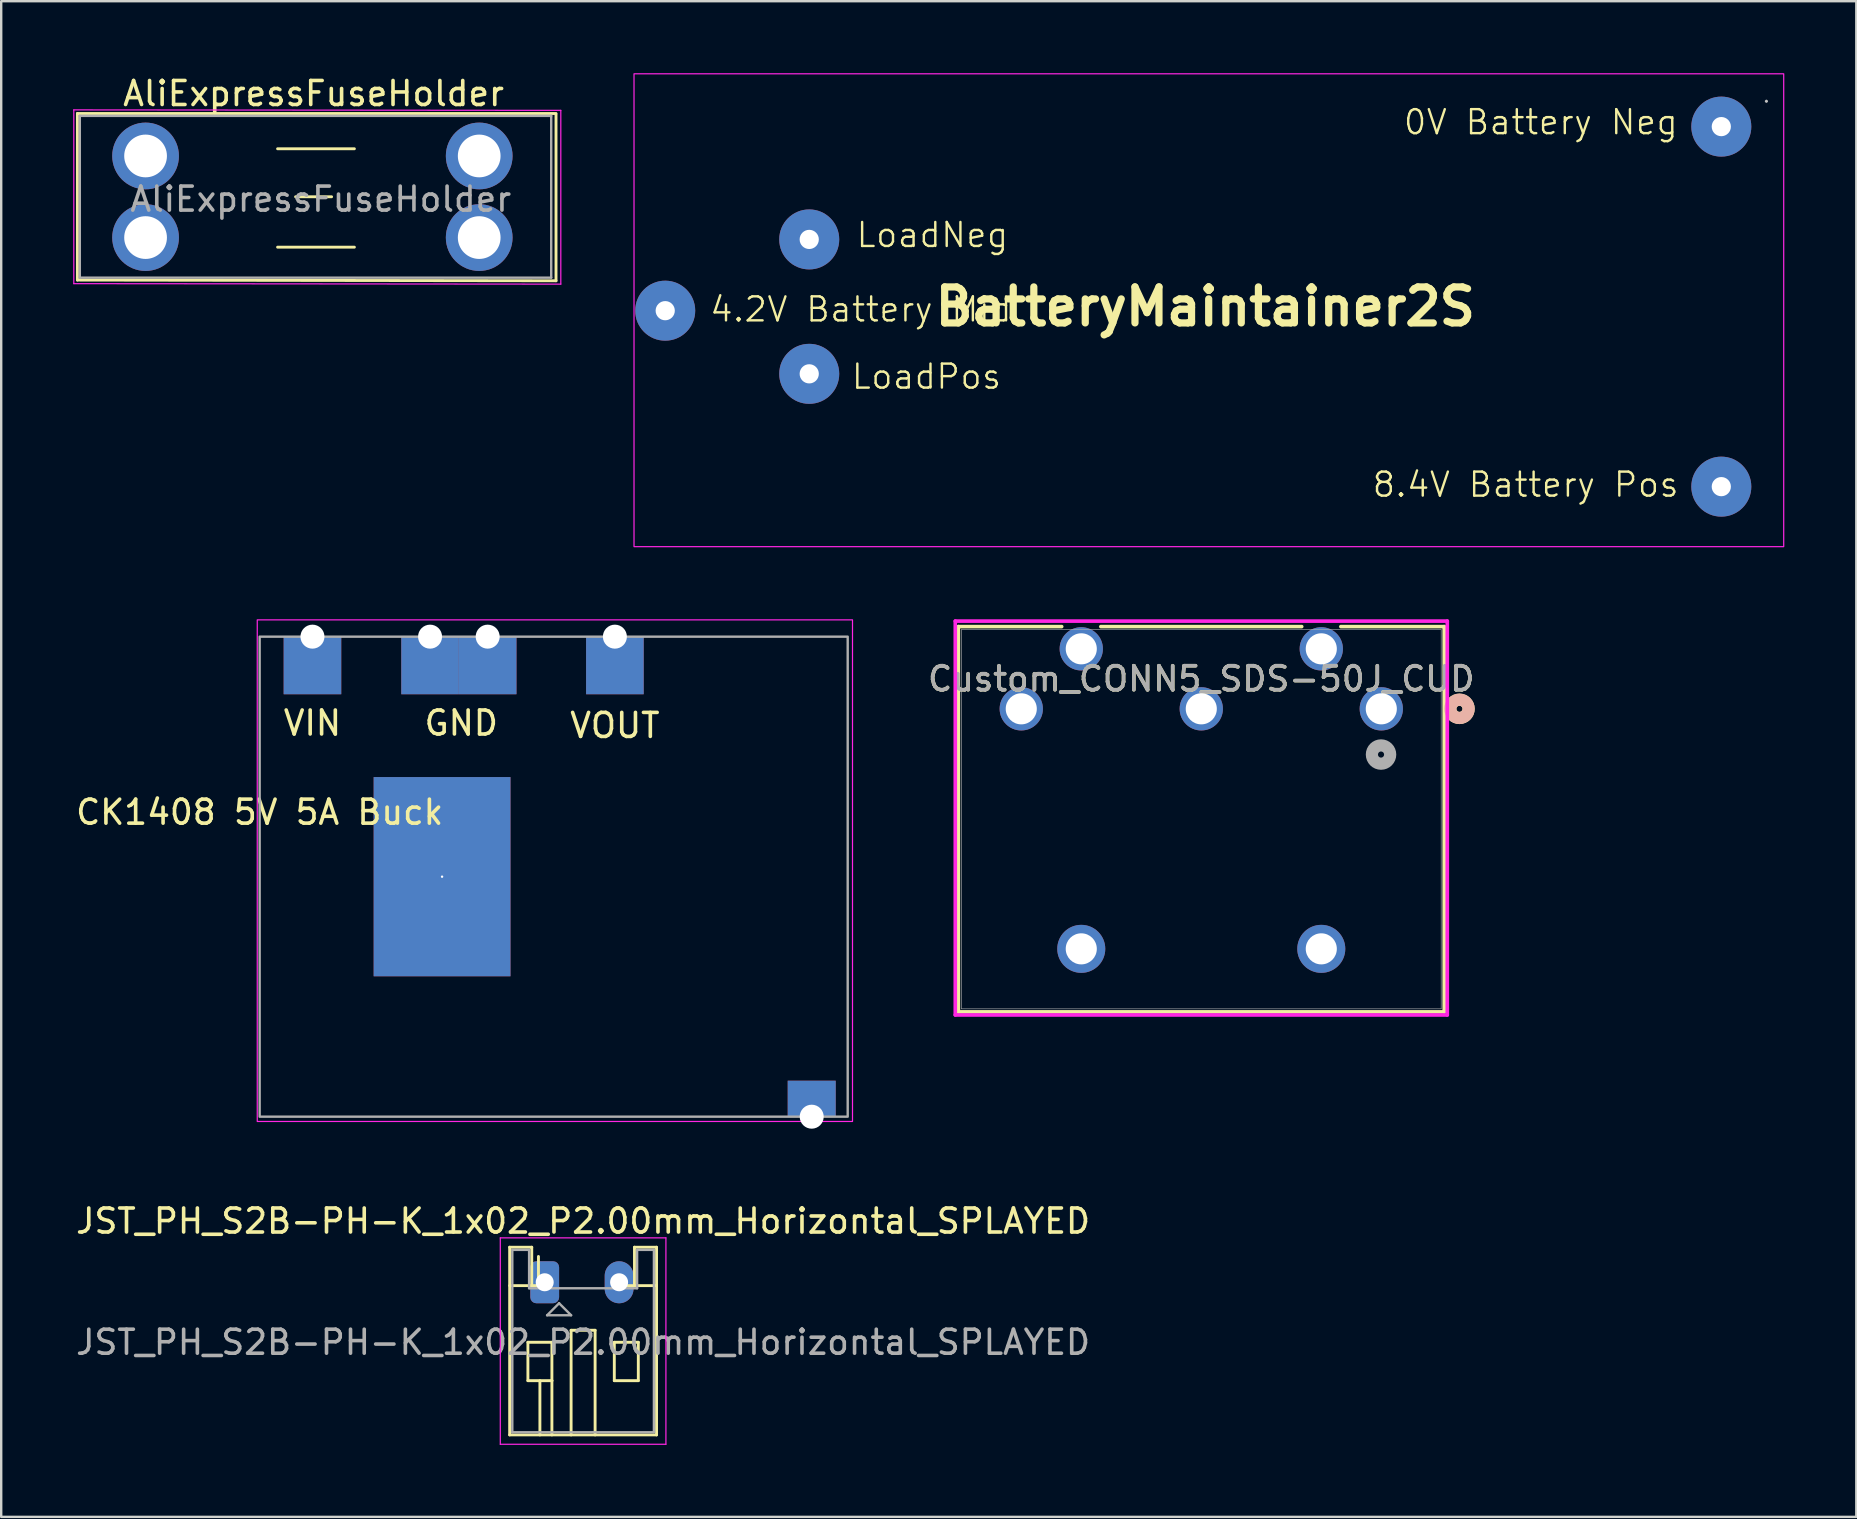
<source format=kicad_pcb>
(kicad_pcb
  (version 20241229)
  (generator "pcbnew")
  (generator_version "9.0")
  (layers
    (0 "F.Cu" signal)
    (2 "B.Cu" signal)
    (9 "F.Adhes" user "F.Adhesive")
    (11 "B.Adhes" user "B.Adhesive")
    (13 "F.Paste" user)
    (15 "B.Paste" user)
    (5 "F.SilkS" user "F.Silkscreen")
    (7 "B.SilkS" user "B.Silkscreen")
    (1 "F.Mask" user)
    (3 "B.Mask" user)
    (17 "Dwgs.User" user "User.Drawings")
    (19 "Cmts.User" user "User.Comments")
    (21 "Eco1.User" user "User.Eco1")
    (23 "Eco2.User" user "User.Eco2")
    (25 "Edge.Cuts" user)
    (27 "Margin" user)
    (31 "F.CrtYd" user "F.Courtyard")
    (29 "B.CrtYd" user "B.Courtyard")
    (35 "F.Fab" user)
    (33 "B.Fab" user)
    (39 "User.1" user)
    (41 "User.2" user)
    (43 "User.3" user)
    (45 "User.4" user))
  (footprint "BatteryMaintainer2S"
    (layer "F.Cu")
    (at 47.165 9.725)
    (property "Reference" "BatteryMaintainer2S" (at 0 0 0) (layer "F.SilkS") (effects (font (size 1.5 1.5) (thickness 0.3))))
    (attr board_only exclude_from_pos_files exclude_from_bom)
    (fp_poly (pts (xy 23.396 -8.556) (xy 23.379 -8.54) (xy 23.362 -8.556) (xy 23.379 -8.573)) (stroke (width 0.1) (type solid)) (fill no) (layer "Dwgs.User"))
    (fp_rect (start -23.8 -9.7) (end 24.1 10) (stroke (width 0.05) (type default)) (fill no) (layer "F.CrtYd"))
    (fp_text user "8.4V Battery Pos" (at 6.9 8 0) (unlocked yes) (layer "F.SilkS") (effects (font (size 1 1) (thickness 0.1)) (justify left bottom)))
    (fp_text user "LoadPos" (at -14.8 3.5 0) (unlocked yes) (layer "F.SilkS") (effects (font (size 1 1) (thickness 0.1)) (justify left bottom)))
    (fp_text user "LoadNeg" (at -14.6 -2.4 0) (unlocked yes) (layer "F.SilkS") (effects (font (size 1 1) (thickness 0.1)) (justify left bottom)))
    (fp_text user "0V Battery Neg" (at 8.2 -7.1 0) (unlocked yes) (layer "F.SilkS") (effects (font (size 1 1) (thickness 0.1)) (justify left bottom)))
    (fp_text user "4.2V Battery Mid" (at -20.7 0.7 0) (unlocked yes) (layer "F.SilkS") (effects (font (size 1 1) (thickness 0.1)) (justify left bottom)))
    (pad "1" thru_hole circle (at 21.5 7.5) (size 2.5 2.5) (drill 0.8) (property pad_prop_heatsink) (layers "*.Cu" "*.Mask"))
    (pad "2" thru_hole circle (at -22.5 0.169) (size 2.5 2.5) (drill 0.8) (property pad_prop_heatsink) (layers "*.Cu" "*.Mask"))
    (pad "3" thru_hole circle (at 21.5 -7.5) (size 2.5 2.5) (drill 0.8) (property pad_prop_heatsink) (layers "*.Cu" "*.Mask"))
    (pad "4" thru_hole circle (at -16.5 2.8) (size 2.5 2.5) (drill 0.8) (property pad_prop_heatsink) (layers "*.Cu" "*.Mask"))
    (pad "5" thru_hole circle (at -16.5 -2.8) (size 2.5 2.5) (drill 0.8) (property pad_prop_heatsink) (layers "*.Cu" "*.Mask")))
  (footprint "Custom_CONN5_SDS-50J_CUD"
    (layer "F.Cu")
    (at 54.499 26.482)
    (property "Reference" "Custom_CONN5_SDS-50J_CUD" (at -7.5 -1.25 0) (unlocked yes) (layer "F.SilkS") (effects (font (size 1 1) (thickness 0.15))))
    (attr through_hole)
    (fp_line (start -17.622 -3.426) (end -17.622 12.627) (stroke (width 0.152) (type solid)) (layer "F.SilkS"))
    (fp_line (start -17.622 12.627) (end 2.622 12.627) (stroke (width 0.152) (type solid)) (layer "F.SilkS"))
    (fp_line (start -13.316 -3.426) (end -17.622 -3.426) (stroke (width 0.152) (type solid)) (layer "F.SilkS"))
    (fp_line (start -3.316 -3.426) (end -11.684 -3.426) (stroke (width 0.152) (type solid)) (layer "F.SilkS"))
    (fp_line (start 2.622 -3.426) (end -1.684 -3.426) (stroke (width 0.152) (type solid)) (layer "F.SilkS"))
    (fp_line (start 2.622 12.627) (end 2.622 -3.426) (stroke (width 0.152) (type solid)) (layer "F.SilkS"))
    (fp_circle (center 3.257 0) (end 3.638 0) (stroke (width 0.508) (type solid)) (fill no) (layer "F.SilkS"))
    (fp_circle (center 3.257 0) (end 3.638 0) (stroke (width 0.508) (type solid)) (fill no) (layer "B.SilkS"))
    (fp_line (start -17.749 -3.656) (end -17.749 12.754) (stroke (width 0.152) (type solid)) (layer "F.CrtYd"))
    (fp_line (start -17.749 12.754) (end 2.749 12.754) (stroke (width 0.152) (type solid)) (layer "F.CrtYd"))
    (fp_line (start 2.749 -3.656) (end -17.749 -3.656) (stroke (width 0.152) (type solid)) (layer "F.CrtYd"))
    (fp_line (start 2.749 12.754) (end 2.749 -3.656) (stroke (width 0.152) (type solid)) (layer "F.CrtYd"))
    (fp_line (start -17.495 -3.299) (end -17.495 12.5) (stroke (width 0.025) (type solid)) (layer "F.Fab"))
    (fp_line (start -17.495 12.5) (end 2.495 12.5) (stroke (width 0.025) (type solid)) (layer "F.Fab"))
    (fp_line (start 2.495 -3.299) (end -17.495 -3.299) (stroke (width 0.025) (type solid)) (layer "F.Fab"))
    (fp_line (start 2.495 12.5) (end 2.495 -3.299) (stroke (width 0.025) (type solid)) (layer "F.Fab"))
    (fp_circle (center -0.011 1.905) (end 0.37 1.905) (stroke (width 0.508) (type solid)) (fill no) (layer "F.Fab"))
    (fp_text user "${REFERENCE}" (at -7.5 -1.25 0) (unlocked yes) (layer "F.Fab") (effects (font (size 1 1) (thickness 0.15))))
    (pad "" np_thru_hole circle (at -12.5 10) (size 2 2) (drill 1.295) (layers "*.Cu" "*.Mask"))
    (pad "" np_thru_hole circle (at -2.5 10) (size 2 2) (drill 1.295) (layers "*.Cu" "*.Mask"))
    (pad "1" thru_hole circle (at 0 0) (size 1.803 1.803) (drill 1.295) (layers "*.Cu" "*.Mask"))
    (pad "2" thru_hole circle (at -7.5 0) (size 1.803 1.803) (drill 1.295) (layers "*.Cu" "*.Mask"))
    (pad "3" thru_hole circle (at -15 0) (size 1.803 1.803) (drill 1.295) (layers "*.Cu" "*.Mask"))
    (pad "4" thru_hole circle (at -2.5 -2.5) (size 1.803 1.803) (drill 1.295) (layers "*.Cu" "*.Mask"))
    (pad "5" thru_hole circle (at -12.5 -2.5) (size 1.803 1.803) (drill 1.295) (layers "*.Cu" "*.Mask")))
  (footprint "CK1408 5V 5A Buck"
    (placed yes)
    (layer "F.Cu")
    (at 7.768 23.475)
    (property "Reference" "CK1408 5V 5A Buck" (at -0.000002 7.315 0) (layer "F.SilkS") (effects (font (size 1 1) (thickness 0.15))))
    (attr through_hole)
    (fp_rect (start -0.1 -0.7) (end 24.7 20.2) (stroke (width 0.05) (type default)) (fill no) (layer "F.CrtYd"))
    (fp_rect (start 0 0) (end 24.5 20) (stroke (width 0.1) (type default)) (fill no) (layer "F.Fab"))
    (fp_text user "VIN" (at 2.2 3.6 180) (layer "F.SilkS") (effects (font (size 1 1) (thickness 0.15))))
    (fp_text user "GND" (at 8.4 3.6 180) (layer "F.SilkS") (effects (font (size 1 1) (thickness 0.15))))
    (fp_text user "VOUT" (at 14.8 3.7 180) (layer "F.SilkS") (effects (font (size 1 1) (thickness 0.15))))
    (pad "" np_thru_hole rect (at 7.6 10) (size 5.7 8.3) (drill 0.1) (layers "*.Cu" "*.Mask"))
    (pad "" np_thru_hole rect (at 23 20 180) (size 2 1.5) (drill 1 (offset 0 0.75)) (layers "*.Cu" "*.Mask"))
    (pad "1" thru_hole rect (at 2.2 0) (size 2.4 2.4) (drill 1 (offset 0 1.2)) (layers "*.Cu" "*.Mask"))
    (pad "2" thru_hole rect (at 7.1 0) (size 2.4 2.4) (drill 1 (offset 0 1.2)) (layers "*.Cu" "*.Mask"))
    (pad "3" thru_hole rect (at 14.8 0) (size 2.4 2.4) (drill 1 (offset 0 1.2)) (layers "*.Cu" "*.Mask"))
    (pad "4" thru_hole rect (at 9.5 0) (size 2.4 2.4) (drill 1 (offset 0 1.2)) (layers "*.Cu" "*.Mask")))
  (footprint "JST_PH_S2B-PH-K_1x02_P2.00mm_Horizontal_SPLAYED"
    (layer "F.Cu")
    (at 20.244 50.373)
    (property "Reference" "JST_PH_S2B-PH-K_1x02_P2.00mm_Horizontal_SPLAYED" (at 1 -2.55 180) (layer "F.SilkS") (effects (font (size 1 1) (thickness 0.15))))
    (attr through_hole)
    (fp_line (start -2.06 -1.46) (end -2.06 6.36) (stroke (width 0.12) (type solid)) (layer "F.SilkS"))
    (fp_line (start -2.06 0.14) (end -1.14 0.14) (stroke (width 0.12) (type solid)) (layer "F.SilkS"))
    (fp_line (start -2.06 6.36) (end 4.06 6.36) (stroke (width 0.12) (type solid)) (layer "F.SilkS"))
    (fp_line (start -1.3 4.1) (end -0.3 4.1) (stroke (width 0.12) (type solid)) (layer "F.SilkS"))
    (fp_line (start -1.3 2.5) (end -1.3 4.1) (stroke (width 0.12) (type solid)) (layer "F.SilkS"))
    (fp_line (start -1.14 -1.46) (end -2.06 -1.46) (stroke (width 0.12) (type solid)) (layer "F.SilkS"))
    (fp_line (start -1.14 0.14) (end -1.14 -1.46) (stroke (width 0.12) (type solid)) (layer "F.SilkS"))
    (fp_line (start -0.86 0.14) (end -1.14 0.14) (stroke (width 0.12) (type solid)) (layer "F.SilkS"))
    (fp_line (start -0.86 0.14) (end -0.86 -1.075) (stroke (width 0.12) (type solid)) (layer "F.SilkS"))
    (fp_line (start -0.8 4.1) (end -0.8 6.36) (stroke (width 0.12) (type solid)) (layer "F.SilkS"))
    (fp_line (start -0.3 4.1) (end -0.3 2.5) (stroke (width 0.12) (type solid)) (layer "F.SilkS"))
    (fp_line (start -0.3 4.1) (end -0.3 6.36) (stroke (width 0.12) (type solid)) (layer "F.SilkS"))
    (fp_line (start -0.3 2.5) (end -1.3 2.5) (stroke (width 0.12) (type solid)) (layer "F.SilkS"))
    (fp_line (start 0.5 2) (end 1.5 2) (stroke (width 0.12) (type solid)) (layer "F.SilkS"))
    (fp_line (start 0.5 6.36) (end 0.5 2) (stroke (width 0.12) (type solid)) (layer "F.SilkS"))
    (fp_line (start 1.5 2) (end 1.5 6.36) (stroke (width 0.12) (type solid)) (layer "F.SilkS"))
    (fp_line (start 2.3 2.5) (end 3.3 2.5) (stroke (width 0.12) (type solid)) (layer "F.SilkS"))
    (fp_line (start 2.3 4.1) (end 2.3 2.5) (stroke (width 0.12) (type solid)) (layer "F.SilkS"))
    (fp_line (start 3.14 -1.46) (end 3.14 0.14) (stroke (width 0.12) (type solid)) (layer "F.SilkS"))
    (fp_line (start 3.14 0.14) (end 2.86 0.14) (stroke (width 0.12) (type solid)) (layer "F.SilkS"))
    (fp_line (start 3.3 4.1) (end 2.3 4.1) (stroke (width 0.12) (type solid)) (layer "F.SilkS"))
    (fp_line (start 3.3 2.5) (end 3.3 4.1) (stroke (width 0.12) (type solid)) (layer "F.SilkS"))
    (fp_line (start 4.06 -1.46) (end 3.14 -1.46) (stroke (width 0.12) (type solid)) (layer "F.SilkS"))
    (fp_line (start 4.06 6.36) (end 4.06 -1.46) (stroke (width 0.12) (type solid)) (layer "F.SilkS"))
    (fp_line (start 4.06 0.14) (end 3.14 0.14) (stroke (width 0.12) (type solid)) (layer "F.SilkS"))
    (fp_line (start -2.45 6.75) (end 4.45 6.75) (stroke (width 0.05) (type solid)) (layer "F.CrtYd"))
    (fp_line (start -2.45 -1.85) (end -2.45 6.75) (stroke (width 0.05) (type solid)) (layer "F.CrtYd"))
    (fp_line (start 4.45 6.75) (end 4.45 -1.85) (stroke (width 0.05) (type solid)) (layer "F.CrtYd"))
    (fp_line (start 4.45 -1.85) (end -2.45 -1.85) (stroke (width 0.05) (type solid)) (layer "F.CrtYd"))
    (fp_line (start -1.95 -1.35) (end -1.95 6.25) (stroke (width 0.1) (type solid)) (layer "F.Fab"))
    (fp_line (start -1.95 6.25) (end 3.95 6.25) (stroke (width 0.1) (type solid)) (layer "F.Fab"))
    (fp_line (start -1.25 -1.35) (end -1.95 -1.35) (stroke (width 0.1) (type solid)) (layer "F.Fab"))
    (fp_line (start -1.25 0.25) (end -1.25 -1.35) (stroke (width 0.1) (type solid)) (layer "F.Fab"))
    (fp_line (start -0.5 1.375) (end 0.5 1.375) (stroke (width 0.1) (type solid)) (layer "F.Fab"))
    (fp_line (start 0 0.875) (end -0.5 1.375) (stroke (width 0.1) (type solid)) (layer "F.Fab"))
    (fp_line (start 0.5 1.375) (end 0 0.875) (stroke (width 0.1) (type solid)) (layer "F.Fab"))
    (fp_line (start 3.25 -1.35) (end 3.25 0.25) (stroke (width 0.1) (type solid)) (layer "F.Fab"))
    (fp_line (start 3.25 0.25) (end -1.25 0.25) (stroke (width 0.1) (type solid)) (layer "F.Fab"))
    (fp_line (start 3.95 -1.35) (end 3.25 -1.35) (stroke (width 0.1) (type solid)) (layer "F.Fab"))
    (fp_line (start 3.95 6.25) (end 3.95 -1.35) (stroke (width 0.1) (type solid)) (layer "F.Fab"))
    (fp_text user "${REFERENCE}" (at 1 2.5 180) (layer "F.Fab") (effects (font (size 1 1) (thickness 0.15))))
    (pad "1" thru_hole roundrect (at -0.6 0) (size 1.2 1.75) (drill 0.75) (layers "*.Cu" "*.Mask") (roundrect_rratio 0.208))
    (pad "2" thru_hole oval (at 2.5 0) (size 1.2 1.75) (drill 0.75) (layers "*.Cu" "*.Mask")))
  (footprint "AliExpressFuseHolder"
    (layer "F.Cu")
    (at 10.115 5.248)
    (property "Reference" "AliExpressFuseHolder" (at -0.1 -4.4 0) (layer "F.SilkS") (effects (font (size 1 1) (thickness 0.15))))
    (attr through_hole)
    (fp_line (start -9.94 -3.57) (end -9.94 3.37) (stroke (width 0.12) (type solid)) (layer "F.SilkS"))
    (fp_line (start -9.94 3.37) (end 10 3.4) (stroke (width 0.12) (type solid)) (layer "F.SilkS"))
    (fp_line (start -1.6 -2.1) (end 1.6 -2.1) (stroke (width 0.12) (type solid)) (layer "F.SilkS"))
    (fp_line (start -0.85 -0.1) (end 0.65 -0.1) (stroke (width 0.12) (type solid)) (layer "F.SilkS"))
    (fp_line (start 1.6 2) (end -1.6 2) (stroke (width 0.12) (type solid)) (layer "F.SilkS"))
    (fp_line (start 10 -3.57) (end -9.94 -3.57) (stroke (width 0.12) (type solid)) (layer "F.SilkS"))
    (fp_line (start 10 3.4) (end 10 -3.54) (stroke (width 0.12) (type solid)) (layer "F.SilkS"))
    (fp_line (start -10.09 -3.72) (end -10.09 3.52) (stroke (width 0.05) (type solid)) (layer "F.CrtYd"))
    (fp_line (start -10.09 3.52) (end 10.2 3.54) (stroke (width 0.05) (type solid)) (layer "F.CrtYd"))
    (fp_line (start 10.2 -3.7) (end -10.09 -3.72) (stroke (width 0.05) (type solid)) (layer "F.CrtYd"))
    (fp_line (start 10.2 3.54) (end 10.2 -3.7) (stroke (width 0.05) (type solid)) (layer "F.CrtYd"))
    (fp_line (start -9.84 -3.47) (end -9.84 3.27) (stroke (width 0.1) (type solid)) (layer "F.Fab"))
    (fp_line (start -9.84 3.27) (end 9.8 3.27) (stroke (width 0.1) (type solid)) (layer "F.Fab"))
    (fp_line (start 9.8 -3.47) (end -9.84 -3.47) (stroke (width 0.1) (type solid)) (layer "F.Fab"))
    (fp_line (start 9.8 3.27) (end 9.8 -3.47) (stroke (width 0.1) (type solid)) (layer "F.Fab"))
    (fp_text user "${REFERENCE}" (at 0.2 0 0) (layer "F.Fab") (effects (font (size 1 1) (thickness 0.15))))
    (pad "1" thru_hole circle (at -7.1 -1.8) (size 2.78 2.78) (drill 1.78) (layers "*.Cu" "*.Mask"))
    (pad "1" thru_hole circle (at -7.1 1.6) (size 2.78 2.78) (drill 1.78) (layers "*.Cu" "*.Mask"))
    (pad "2" thru_hole circle (at 6.8 -1.8) (size 2.78 2.78) (drill 1.78) (layers "*.Cu" "*.Mask"))
    (pad "2" thru_hole circle (at 6.8 1.6) (size 2.78 2.78) (drill 1.78) (layers "*.Cu" "*.Mask")))
  (gr_rect
    (start -3 -3)
    (end 74.29 60.148)
    (stroke (width 0.1) (type default))
    (fill no)
    (layer "Edge.Cuts")))
</source>
